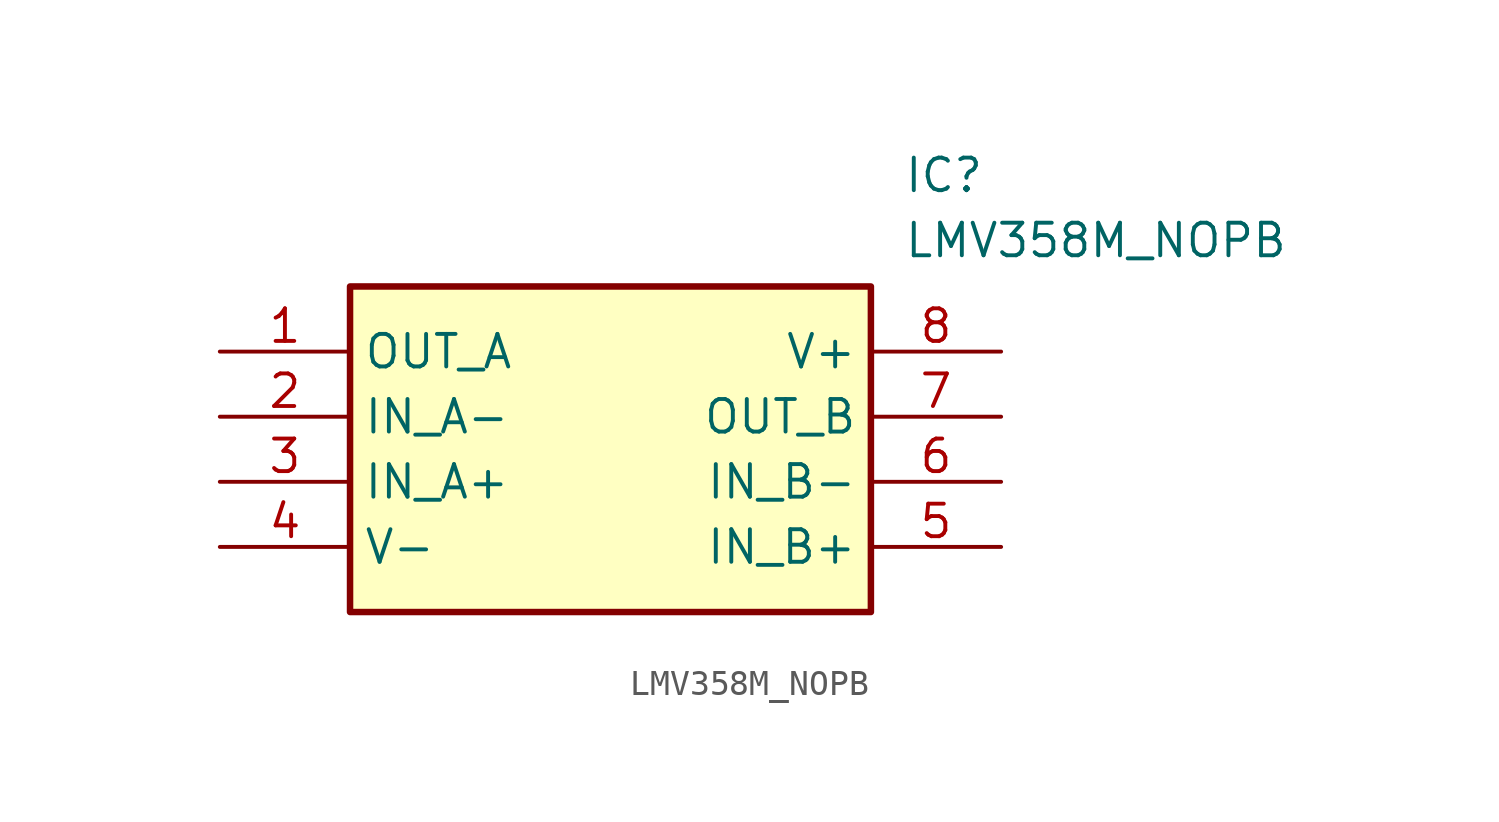
<source format=kicad_sym>
(kicad_symbol_lib
  (version 20211014)
  (generator SamacSys_ECAD_Model)
  (symbol "LMV358M_NOPB"
    (property "Reference" "IC"
      (at 26.67 7.62 0)
      (effects (font (size 1.27 1.27)) (justify left top)))
    (property "Value" "LMV358M_NOPB"
      (at 26.67 5.08 0)
      (effects (font (size 1.27 1.27)) (justify left top)))
    (rectangle
      (start 5.08 2.54)
      (end 25.4 -10.16)
      (stroke (width 0.254) (type default))
      (fill (type background)))
    (pin passive line
      (at 0 0 0)
      (length 5.08)
      (name "OUT_A" (effects (font (size 1.27 1.27))))
      (number "1" (effects (font (size 1.27 1.27)))))
    (pin passive line
      (at 0 -2.54 0)
      (length 5.08)
      (name "IN_A-" (effects (font (size 1.27 1.27))))
      (number "2" (effects (font (size 1.27 1.27)))))
    (pin passive line
      (at 0 -5.08 0)
      (length 5.08)
      (name "IN_A+" (effects (font (size 1.27 1.27))))
      (number "3" (effects (font (size 1.27 1.27)))))
    (pin passive line
      (at 0 -7.62 0)
      (length 5.08)
      (name "V-" (effects (font (size 1.27 1.27))))
      (number "4" (effects (font (size 1.27 1.27)))))
    (pin passive line
      (at 30.48 0 180)
      (length 5.08)
      (name "V+" (effects (font (size 1.27 1.27))))
      (number "8" (effects (font (size 1.27 1.27)))))
    (pin passive line
      (at 30.48 -2.54 180)
      (length 5.08)
      (name "OUT_B" (effects (font (size 1.27 1.27))))
      (number "7" (effects (font (size 1.27 1.27)))))
    (pin passive line
      (at 30.48 -5.08 180)
      (length 5.08)
      (name "IN_B-" (effects (font (size 1.27 1.27))))
      (number "6" (effects (font (size 1.27 1.27)))))
    (pin passive line
      (at 30.48 -7.62 180)
      (length 5.08)
      (name "IN_B+" (effects (font (size 1.27 1.27))))
      (number "5" (effects (font (size 1.27 1.27)))))))
</source>
